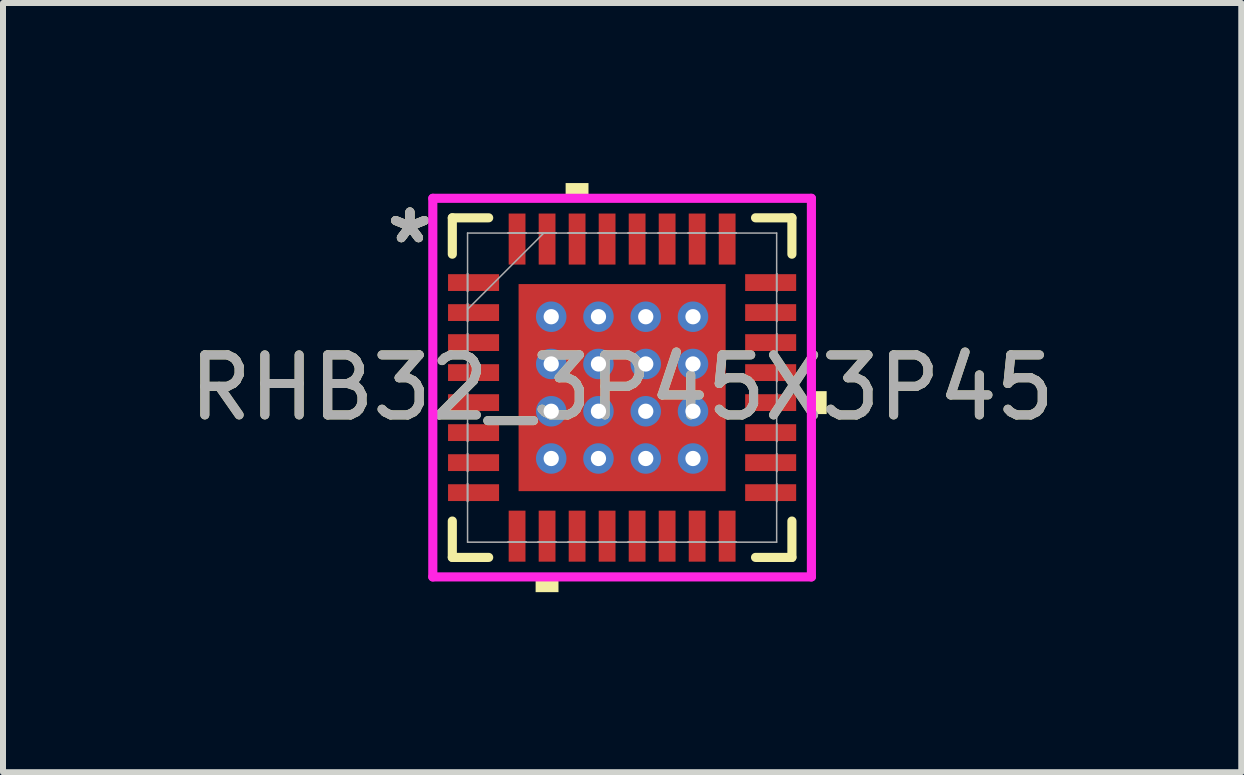
<source format=kicad_pcb>
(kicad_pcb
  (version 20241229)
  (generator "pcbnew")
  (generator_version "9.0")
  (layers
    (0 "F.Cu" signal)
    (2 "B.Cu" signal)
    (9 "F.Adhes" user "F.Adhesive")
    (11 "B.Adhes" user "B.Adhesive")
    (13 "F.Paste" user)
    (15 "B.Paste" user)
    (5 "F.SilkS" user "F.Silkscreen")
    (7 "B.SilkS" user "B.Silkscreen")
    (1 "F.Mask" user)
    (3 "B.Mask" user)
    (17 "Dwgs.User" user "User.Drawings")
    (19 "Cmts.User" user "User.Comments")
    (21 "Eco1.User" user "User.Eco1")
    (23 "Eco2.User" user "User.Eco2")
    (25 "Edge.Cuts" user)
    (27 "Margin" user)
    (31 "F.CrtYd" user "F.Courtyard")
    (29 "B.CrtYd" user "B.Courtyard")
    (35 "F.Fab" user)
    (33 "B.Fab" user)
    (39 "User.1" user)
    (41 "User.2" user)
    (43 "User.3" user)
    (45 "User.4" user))
  (footprint "RHB32_3P45X3P45"
    (layer "F.Cu")
    (at 7.315 3.408)
    (property "Reference" "RHB32_3P45X3P45" (at 0 0 0) (unlocked yes) (layer "F.SilkS") (effects (font (size 1 1) (thickness 0.15))))
    (attr smd)
    (fp_poly (pts (xy -2.97 -1.96) (xy -2.97 -1.54) (xy -1.98 -1.54) (xy -1.98 -1.96)) (stroke (width 0) (type solid)) (fill yes) (layer "F.Mask"))
    (fp_poly (pts (xy -2.97 -1.46) (xy -2.97 -1.04) (xy -1.98 -1.04) (xy -1.98 -1.46)) (stroke (width 0) (type solid)) (fill yes) (layer "F.Mask"))
    (fp_poly (pts (xy -2.97 -0.96) (xy -2.97 -0.54) (xy -1.98 -0.54) (xy -1.98 -0.96)) (stroke (width 0) (type solid)) (fill yes) (layer "F.Mask"))
    (fp_poly (pts (xy -2.97 -0.46) (xy -2.97 -0.04) (xy -1.98 -0.04) (xy -1.98 -0.46)) (stroke (width 0) (type solid)) (fill yes) (layer "F.Mask"))
    (fp_poly (pts (xy -2.97 0.04) (xy -2.97 0.46) (xy -1.98 0.46) (xy -1.98 0.04)) (stroke (width 0) (type solid)) (fill yes) (layer "F.Mask"))
    (fp_poly (pts (xy -2.97 0.54) (xy -2.97 0.96) (xy -1.98 0.96) (xy -1.98 0.54)) (stroke (width 0) (type solid)) (fill yes) (layer "F.Mask"))
    (fp_poly (pts (xy -2.97 1.04) (xy -2.97 1.46) (xy -1.98 1.46) (xy -1.98 1.04)) (stroke (width 0) (type solid)) (fill yes) (layer "F.Mask"))
    (fp_poly (pts (xy -2.97 1.54) (xy -2.97 1.96) (xy -1.98 1.96) (xy -1.98 1.54)) (stroke (width 0) (type solid)) (fill yes) (layer "F.Mask"))
    (fp_poly (pts (xy -1.96 -2.97) (xy -1.96 -1.98) (xy -1.541 -1.98) (xy -1.541 -2.97)) (stroke (width 0) (type solid)) (fill yes) (layer "F.Mask"))
    (fp_poly (pts (xy -1.96 1.98) (xy -1.96 2.97) (xy -1.541 2.97) (xy -1.541 1.98)) (stroke (width 0) (type solid)) (fill yes) (layer "F.Mask"))
    (fp_poly (pts (xy -1.788 -1.788) (xy -1.381 -1.788) (xy -1.381 1.788) (xy -1.788 1.788)) (stroke (width 0) (type solid)) (fill yes) (layer "F.Mask"))
    (fp_poly (pts (xy -1.788 -1.788) (xy 1.788 -1.788) (xy 1.788 -1.381) (xy -1.788 -1.381)) (stroke (width 0) (type solid)) (fill yes) (layer "F.Mask"))
    (fp_poly (pts (xy -1.788 -0.981) (xy 1.788 -0.981) (xy 1.788 -0.594) (xy -1.788 -0.594)) (stroke (width 0) (type solid)) (fill yes) (layer "F.Mask"))
    (fp_poly (pts (xy -1.788 -0.194) (xy 1.788 -0.194) (xy 1.788 0.194) (xy -1.788 0.194)) (stroke (width 0) (type solid)) (fill yes) (layer "F.Mask"))
    (fp_poly (pts (xy -1.788 0.594) (xy 1.788 0.594) (xy 1.788 0.981) (xy -1.788 0.981)) (stroke (width 0) (type solid)) (fill yes) (layer "F.Mask"))
    (fp_poly (pts (xy -1.788 1.381) (xy 1.788 1.381) (xy 1.788 1.788) (xy -1.788 1.788)) (stroke (width 0) (type solid)) (fill yes) (layer "F.Mask"))
    (fp_poly (pts (xy -1.46 -2.97) (xy -1.46 -1.98) (xy -1.041 -1.98) (xy -1.041 -2.97)) (stroke (width 0) (type solid)) (fill yes) (layer "F.Mask"))
    (fp_poly (pts (xy -1.46 1.98) (xy -1.46 2.97) (xy -1.041 2.97) (xy -1.041 1.98)) (stroke (width 0) (type solid)) (fill yes) (layer "F.Mask"))
    (fp_poly (pts (xy -0.96 -2.97) (xy -0.96 -1.98) (xy -0.541 -1.98) (xy -0.541 -2.97)) (stroke (width 0) (type solid)) (fill yes) (layer "F.Mask"))
    (fp_poly (pts (xy -0.96 1.98) (xy -0.96 2.97) (xy -0.541 2.97) (xy -0.541 1.98)) (stroke (width 0) (type solid)) (fill yes) (layer "F.Mask"))
    (fp_poly (pts (xy -0.594 -1.788) (xy -0.981 -1.788) (xy -0.981 1.788) (xy -0.594 1.788)) (stroke (width 0) (type solid)) (fill yes) (layer "F.Mask"))
    (fp_poly (pts (xy -0.46 -2.97) (xy -0.46 -1.98) (xy -0.04 -1.98) (xy -0.04 -2.97)) (stroke (width 0) (type solid)) (fill yes) (layer "F.Mask"))
    (fp_poly (pts (xy -0.46 1.98) (xy -0.46 2.97) (xy -0.04 2.97) (xy -0.04 1.98)) (stroke (width 0) (type solid)) (fill yes) (layer "F.Mask"))
    (fp_poly (pts (xy 0.04 -2.97) (xy 0.04 -1.98) (xy 0.46 -1.98) (xy 0.46 -2.97)) (stroke (width 0) (type solid)) (fill yes) (layer "F.Mask"))
    (fp_poly (pts (xy 0.04 1.98) (xy 0.04 2.97) (xy 0.46 2.97) (xy 0.46 1.98)) (stroke (width 0) (type solid)) (fill yes) (layer "F.Mask"))
    (fp_poly (pts (xy 0.194 -1.788) (xy -0.194 -1.788) (xy -0.194 1.788) (xy 0.194 1.788)) (stroke (width 0) (type solid)) (fill yes) (layer "F.Mask"))
    (fp_poly (pts (xy 0.541 -2.97) (xy 0.541 -1.98) (xy 0.96 -1.98) (xy 0.96 -2.97)) (stroke (width 0) (type solid)) (fill yes) (layer "F.Mask"))
    (fp_poly (pts (xy 0.541 1.98) (xy 0.541 2.97) (xy 0.96 2.97) (xy 0.96 1.98)) (stroke (width 0) (type solid)) (fill yes) (layer "F.Mask"))
    (fp_poly (pts (xy 0.981 -1.788) (xy 0.594 -1.788) (xy 0.594 1.788) (xy 0.981 1.788)) (stroke (width 0) (type solid)) (fill yes) (layer "F.Mask"))
    (fp_poly (pts (xy 1.041 -2.97) (xy 1.041 -1.98) (xy 1.46 -1.98) (xy 1.46 -2.97)) (stroke (width 0) (type solid)) (fill yes) (layer "F.Mask"))
    (fp_poly (pts (xy 1.041 1.98) (xy 1.041 2.97) (xy 1.46 2.97) (xy 1.46 1.98)) (stroke (width 0) (type solid)) (fill yes) (layer "F.Mask"))
    (fp_poly (pts (xy 1.381 -1.788) (xy 1.788 -1.788) (xy 1.788 1.788) (xy 1.381 1.788)) (stroke (width 0) (type solid)) (fill yes) (layer "F.Mask"))
    (fp_poly (pts (xy 1.541 -2.97) (xy 1.541 -1.98) (xy 1.96 -1.98) (xy 1.96 -2.97)) (stroke (width 0) (type solid)) (fill yes) (layer "F.Mask"))
    (fp_poly (pts (xy 1.541 1.98) (xy 1.541 2.97) (xy 1.96 2.97) (xy 1.96 1.98)) (stroke (width 0) (type solid)) (fill yes) (layer "F.Mask"))
    (fp_poly (pts (xy 1.98 -1.96) (xy 1.98 -1.54) (xy 2.97 -1.54) (xy 2.97 -1.96)) (stroke (width 0) (type solid)) (fill yes) (layer "F.Mask"))
    (fp_poly (pts (xy 1.98 -1.46) (xy 1.98 -1.04) (xy 2.97 -1.04) (xy 2.97 -1.46)) (stroke (width 0) (type solid)) (fill yes) (layer "F.Mask"))
    (fp_poly (pts (xy 1.98 -0.96) (xy 1.98 -0.54) (xy 2.97 -0.54) (xy 2.97 -0.96)) (stroke (width 0) (type solid)) (fill yes) (layer "F.Mask"))
    (fp_poly (pts (xy 1.98 -0.46) (xy 1.98 -0.04) (xy 2.97 -0.04) (xy 2.97 -0.46)) (stroke (width 0) (type solid)) (fill yes) (layer "F.Mask"))
    (fp_poly (pts (xy 1.98 0.04) (xy 1.98 0.46) (xy 2.97 0.46) (xy 2.97 0.04)) (stroke (width 0) (type solid)) (fill yes) (layer "F.Mask"))
    (fp_poly (pts (xy 1.98 0.54) (xy 1.98 0.96) (xy 2.97 0.96) (xy 2.97 0.54)) (stroke (width 0) (type solid)) (fill yes) (layer "F.Mask"))
    (fp_poly (pts (xy 1.98 1.04) (xy 1.98 1.46) (xy 2.97 1.46) (xy 2.97 1.04)) (stroke (width 0) (type solid)) (fill yes) (layer "F.Mask"))
    (fp_poly (pts (xy 1.98 1.54) (xy 1.98 1.96) (xy 2.97 1.96) (xy 2.97 1.54)) (stroke (width 0) (type solid)) (fill yes) (layer "F.Mask"))
    (fp_line (start -2.829 -2.829) (end -2.829 -2.223) (stroke (width 0.152) (type solid)) (layer "F.SilkS"))
    (fp_line (start -2.829 2.223) (end -2.829 2.829) (stroke (width 0.152) (type solid)) (layer "F.SilkS"))
    (fp_line (start -2.829 2.829) (end -2.223 2.829) (stroke (width 0.152) (type solid)) (layer "F.SilkS"))
    (fp_line (start -2.223 -2.829) (end -2.829 -2.829) (stroke (width 0.152) (type solid)) (layer "F.SilkS"))
    (fp_line (start 2.223 2.829) (end 2.829 2.829) (stroke (width 0.152) (type solid)) (layer "F.SilkS"))
    (fp_line (start 2.829 -2.829) (end 2.223 -2.829) (stroke (width 0.152) (type solid)) (layer "F.SilkS"))
    (fp_line (start 2.829 -2.223) (end 2.829 -2.829) (stroke (width 0.152) (type solid)) (layer "F.SilkS"))
    (fp_line (start 2.829 2.829) (end 2.829 2.223) (stroke (width 0.152) (type solid)) (layer "F.SilkS"))
    (fp_poly (pts (xy -1.441 3.154) (xy -1.441 3.408) (xy -1.06 3.408) (xy -1.06 3.154)) (stroke (width 0) (type solid)) (fill yes) (layer "F.SilkS"))
    (fp_poly (pts (xy -0.941 -3.154) (xy -0.941 -3.408) (xy -0.56 -3.408) (xy -0.56 -3.154)) (stroke (width 0) (type solid)) (fill yes) (layer "F.SilkS"))
    (fp_poly (pts (xy 3.408 0.059) (xy 3.408 0.441) (xy 3.154 0.441) (xy 3.154 0.059)) (stroke (width 0) (type solid)) (fill yes) (layer "F.SilkS"))
    (fp_poly (pts (xy -2.875 -1.865) (xy -2.875 -1.635) (xy -2.075 -1.635) (xy -2.075 -1.865)) (stroke (width 0) (type solid)) (fill yes) (layer "F.Paste"))
    (fp_poly (pts (xy -2.875 -1.365) (xy -2.875 -1.135) (xy -2.075 -1.135) (xy -2.075 -1.365)) (stroke (width 0) (type solid)) (fill yes) (layer "F.Paste"))
    (fp_poly (pts (xy -2.875 -0.865) (xy -2.875 -0.635) (xy -2.075 -0.635) (xy -2.075 -0.865)) (stroke (width 0) (type solid)) (fill yes) (layer "F.Paste"))
    (fp_poly (pts (xy -2.875 -0.365) (xy -2.875 -0.135) (xy -2.075 -0.135) (xy -2.075 -0.365)) (stroke (width 0) (type solid)) (fill yes) (layer "F.Paste"))
    (fp_poly (pts (xy -2.875 0.135) (xy -2.875 0.365) (xy -2.075 0.365) (xy -2.075 0.135)) (stroke (width 0) (type solid)) (fill yes) (layer "F.Paste"))
    (fp_poly (pts (xy -2.875 0.635) (xy -2.875 0.865) (xy -2.075 0.865) (xy -2.075 0.635)) (stroke (width 0) (type solid)) (fill yes) (layer "F.Paste"))
    (fp_poly (pts (xy -2.875 1.135) (xy -2.875 1.365) (xy -2.075 1.365) (xy -2.075 1.135)) (stroke (width 0) (type solid)) (fill yes) (layer "F.Paste"))
    (fp_poly (pts (xy -2.875 1.635) (xy -2.875 1.865) (xy -2.075 1.865) (xy -2.075 1.635)) (stroke (width 0) (type solid)) (fill yes) (layer "F.Paste"))
    (fp_poly (pts (xy -1.866 -2.875) (xy -1.866 -2.075) (xy -1.635 -2.075) (xy -1.635 -2.875)) (stroke (width 0) (type solid)) (fill yes) (layer "F.Paste"))
    (fp_poly (pts (xy -1.866 2.075) (xy -1.866 2.875) (xy -1.635 2.875) (xy -1.635 2.075)) (stroke (width 0) (type solid)) (fill yes) (layer "F.Paste"))
    (fp_poly (pts (xy -1.365 -2.875) (xy -1.365 -2.075) (xy -1.135 -2.075) (xy -1.135 -2.875)) (stroke (width 0) (type solid)) (fill yes) (layer "F.Paste"))
    (fp_poly (pts (xy -1.365 2.075) (xy -1.365 2.875) (xy -1.135 2.875) (xy -1.135 2.075)) (stroke (width 0) (type solid)) (fill yes) (layer "F.Paste"))
    (fp_poly (pts (xy -0.865 -2.875) (xy -0.865 -2.075) (xy -0.635 -2.075) (xy -0.635 -2.875)) (stroke (width 0) (type solid)) (fill yes) (layer "F.Paste"))
    (fp_poly (pts (xy -0.865 2.075) (xy -0.865 2.875) (xy -0.635 2.875) (xy -0.635 2.075)) (stroke (width 0) (type solid)) (fill yes) (layer "F.Paste"))
    (fp_poly (pts (xy -0.365 -2.875) (xy -0.365 -2.075) (xy -0.135 -2.075) (xy -0.135 -2.875)) (stroke (width 0) (type solid)) (fill yes) (layer "F.Paste"))
    (fp_poly (pts (xy -0.365 2.075) (xy -0.365 2.875) (xy -0.135 2.875) (xy -0.135 2.075)) (stroke (width 0) (type solid)) (fill yes) (layer "F.Paste"))
    (fp_poly (pts (xy 0.135 -2.875) (xy 0.135 -2.075) (xy 0.365 -2.075) (xy 0.365 -2.875)) (stroke (width 0) (type solid)) (fill yes) (layer "F.Paste"))
    (fp_poly (pts (xy 0.135 2.075) (xy 0.135 2.875) (xy 0.365 2.875) (xy 0.365 2.075)) (stroke (width 0) (type solid)) (fill yes) (layer "F.Paste"))
    (fp_poly (pts (xy 0.635 -2.875) (xy 0.635 -2.075) (xy 0.865 -2.075) (xy 0.865 -2.875)) (stroke (width 0) (type solid)) (fill yes) (layer "F.Paste"))
    (fp_poly (pts (xy 0.635 2.075) (xy 0.635 2.875) (xy 0.865 2.875) (xy 0.865 2.075)) (stroke (width 0) (type solid)) (fill yes) (layer "F.Paste"))
    (fp_poly (pts (xy 1.135 -2.875) (xy 1.135 -2.075) (xy 1.365 -2.075) (xy 1.365 -2.875)) (stroke (width 0) (type solid)) (fill yes) (layer "F.Paste"))
    (fp_poly (pts (xy 1.135 2.075) (xy 1.135 2.875) (xy 1.365 2.875) (xy 1.365 2.075)) (stroke (width 0) (type solid)) (fill yes) (layer "F.Paste"))
    (fp_poly (pts (xy 1.635 -2.875) (xy 1.635 -2.075) (xy 1.866 -2.075) (xy 1.866 -2.875)) (stroke (width 0) (type solid)) (fill yes) (layer "F.Paste"))
    (fp_poly (pts (xy 1.635 2.075) (xy 1.635 2.875) (xy 1.866 2.875) (xy 1.866 2.075)) (stroke (width 0) (type solid)) (fill yes) (layer "F.Paste"))
    (fp_poly (pts (xy 2.075 -1.865) (xy 2.075 -1.635) (xy 2.875 -1.635) (xy 2.875 -1.865)) (stroke (width 0) (type solid)) (fill yes) (layer "F.Paste"))
    (fp_poly (pts (xy 2.075 -1.365) (xy 2.075 -1.135) (xy 2.875 -1.135) (xy 2.875 -1.365)) (stroke (width 0) (type solid)) (fill yes) (layer "F.Paste"))
    (fp_poly (pts (xy 2.075 -0.865) (xy 2.075 -0.635) (xy 2.875 -0.635) (xy 2.875 -0.865)) (stroke (width 0) (type solid)) (fill yes) (layer "F.Paste"))
    (fp_poly (pts (xy 2.075 -0.365) (xy 2.075 -0.135) (xy 2.875 -0.135) (xy 2.875 -0.365)) (stroke (width 0) (type solid)) (fill yes) (layer "F.Paste"))
    (fp_poly (pts (xy 2.075 0.135) (xy 2.075 0.365) (xy 2.875 0.365) (xy 2.875 0.135)) (stroke (width 0) (type solid)) (fill yes) (layer "F.Paste"))
    (fp_poly (pts (xy 2.075 0.635) (xy 2.075 0.865) (xy 2.875 0.865) (xy 2.875 0.635)) (stroke (width 0) (type solid)) (fill yes) (layer "F.Paste"))
    (fp_poly (pts (xy 2.075 1.135) (xy 2.075 1.365) (xy 2.875 1.365) (xy 2.875 1.135)) (stroke (width 0) (type solid)) (fill yes) (layer "F.Paste"))
    (fp_poly (pts (xy 2.075 1.635) (xy 2.075 1.865) (xy 2.875 1.865) (xy 2.875 1.635)) (stroke (width 0) (type solid)) (fill yes) (layer "F.Paste"))
    (fp_poly (pts (xy -1.65 -1.65) (xy -1.65 -1.281) (xy -1.423 -1.281) (xy -1.281 -1.423) (xy -1.281 -1.65)) (stroke (width 0) (type solid)) (fill yes) (layer "F.Paste"))
    (fp_poly (pts (xy -1.65 1.281) (xy -1.65 1.65) (xy -1.281 1.65) (xy -1.281 1.423) (xy -1.423 1.281)) (stroke (width 0) (type solid)) (fill yes) (layer "F.Paste"))
    (fp_poly (pts (xy 1.281 -1.65) (xy 1.281 -1.423) (xy 1.423 -1.281) (xy 1.65 -1.281) (xy 1.65 -1.65)) (stroke (width 0) (type solid)) (fill yes) (layer "F.Paste"))
    (fp_poly (pts (xy 1.423 1.281) (xy 1.281 1.423) (xy 1.281 1.65) (xy 1.65 1.65) (xy 1.65 1.281)) (stroke (width 0) (type solid)) (fill yes) (layer "F.Paste"))
    (fp_poly (pts (xy -1.65 -1.081) (xy -1.65 -0.494) (xy -1.423 -0.494) (xy -1.281 -0.635) (xy -1.281 -0.94) (xy -1.423 -1.081)) (stroke (width 0) (type solid)) (fill yes) (layer "F.Paste"))
    (fp_poly (pts (xy -1.65 -0.294) (xy -1.65 0.294) (xy -1.423 0.294) (xy -1.281 0.152) (xy -1.281 -0.152) (xy -1.423 -0.294)) (stroke (width 0) (type solid)) (fill yes) (layer "F.Paste"))
    (fp_poly (pts (xy -1.65 0.494) (xy -1.65 1.081) (xy -1.423 1.081) (xy -1.281 0.94) (xy -1.281 0.635) (xy -1.423 0.494)) (stroke (width 0) (type solid)) (fill yes) (layer "F.Paste"))
    (fp_poly (pts (xy -1.081 -1.65) (xy -1.081 -1.423) (xy -0.94 -1.281) (xy -0.635 -1.281) (xy -0.494 -1.423) (xy -0.494 -1.65)) (stroke (width 0) (type solid)) (fill yes) (layer "F.Paste"))
    (fp_poly (pts (xy -0.94 1.281) (xy -1.081 1.423) (xy -1.081 1.65) (xy -0.494 1.65) (xy -0.494 1.423) (xy -0.635 1.281)) (stroke (width 0) (type solid)) (fill yes) (layer "F.Paste"))
    (fp_poly (pts (xy -0.294 -1.65) (xy -0.294 -1.423) (xy -0.152 -1.281) (xy 0.152 -1.281) (xy 0.294 -1.423) (xy 0.294 -1.65)) (stroke (width 0) (type solid)) (fill yes) (layer "F.Paste"))
    (fp_poly (pts (xy -0.152 1.281) (xy -0.294 1.423) (xy -0.294 1.65) (xy 0.294 1.65) (xy 0.294 1.423) (xy 0.152 1.281)) (stroke (width 0) (type solid)) (fill yes) (layer "F.Paste"))
    (fp_poly (pts (xy 0.494 -1.65) (xy 0.494 -1.423) (xy 0.635 -1.281) (xy 0.94 -1.281) (xy 1.081 -1.423) (xy 1.081 -1.65)) (stroke (width 0) (type solid)) (fill yes) (layer "F.Paste"))
    (fp_poly (pts (xy 0.635 1.281) (xy 0.494 1.423) (xy 0.494 1.65) (xy 1.081 1.65) (xy 1.081 1.423) (xy 0.94 1.281)) (stroke (width 0) (type solid)) (fill yes) (layer "F.Paste"))
    (fp_poly (pts (xy 1.423 -1.081) (xy 1.281 -0.94) (xy 1.281 -0.635) (xy 1.423 -0.494) (xy 1.65 -0.494) (xy 1.65 -1.081)) (stroke (width 0) (type solid)) (fill yes) (layer "F.Paste"))
    (fp_poly (pts (xy 1.423 -0.294) (xy 1.281 -0.152) (xy 1.281 0.152) (xy 1.423 0.294) (xy 1.65 0.294) (xy 1.65 -0.294)) (stroke (width 0) (type solid)) (fill yes) (layer "F.Paste"))
    (fp_poly (pts (xy 1.423 0.494) (xy 1.281 0.635) (xy 1.281 0.94) (xy 1.423 1.081) (xy 1.65 1.081) (xy 1.65 0.494)) (stroke (width 0) (type solid)) (fill yes) (layer "F.Paste"))
    (fp_poly (pts (xy -0.94 -1.081) (xy -1.081 -0.94) (xy -1.081 -0.635) (xy -0.94 -0.494) (xy -0.635 -0.494) (xy -0.494 -0.635) (xy -0.494 -0.94) (xy -0.635 -1.081)) (stroke (width 0) (type solid)) (fill yes) (layer "F.Paste"))
    (fp_poly (pts (xy -0.94 -0.294) (xy -1.081 -0.152) (xy -1.081 0.152) (xy -0.94 0.294) (xy -0.635 0.294) (xy -0.494 0.152) (xy -0.494 -0.152) (xy -0.635 -0.294)) (stroke (width 0) (type solid)) (fill yes) (layer "F.Paste"))
    (fp_poly (pts (xy -0.94 0.494) (xy -1.081 0.635) (xy -1.081 0.94) (xy -0.94 1.081) (xy -0.635 1.081) (xy -0.494 0.94) (xy -0.494 0.635) (xy -0.635 0.494)) (stroke (width 0) (type solid)) (fill yes) (layer "F.Paste"))
    (fp_poly (pts (xy -0.152 -1.081) (xy -0.294 -0.94) (xy -0.294 -0.635) (xy -0.152 -0.494) (xy 0.152 -0.494) (xy 0.294 -0.635) (xy 0.294 -0.94) (xy 0.152 -1.081)) (stroke (width 0) (type solid)) (fill yes) (layer "F.Paste"))
    (fp_poly (pts (xy -0.152 -0.294) (xy -0.294 -0.152) (xy -0.294 0.152) (xy -0.152 0.294) (xy 0.152 0.294) (xy 0.294 0.152) (xy 0.294 -0.152) (xy 0.152 -0.294)) (stroke (width 0) (type solid)) (fill yes) (layer "F.Paste"))
    (fp_poly (pts (xy -0.152 0.494) (xy -0.294 0.635) (xy -0.294 0.94) (xy -0.152 1.081) (xy 0.152 1.081) (xy 0.294 0.94) (xy 0.294 0.635) (xy 0.152 0.494)) (stroke (width 0) (type solid)) (fill yes) (layer "F.Paste"))
    (fp_poly (pts (xy 0.635 -1.081) (xy 0.494 -0.94) (xy 0.494 -0.635) (xy 0.635 -0.494) (xy 0.94 -0.494) (xy 1.081 -0.635) (xy 1.081 -0.94) (xy 0.94 -1.081)) (stroke (width 0) (type solid)) (fill yes) (layer "F.Paste"))
    (fp_poly (pts (xy 0.635 -0.294) (xy 0.494 -0.152) (xy 0.494 0.152) (xy 0.635 0.294) (xy 0.94 0.294) (xy 1.081 0.152) (xy 1.081 -0.152) (xy 0.94 -0.294)) (stroke (width 0) (type solid)) (fill yes) (layer "F.Paste"))
    (fp_poly (pts (xy 0.635 0.494) (xy 0.494 0.635) (xy 0.494 0.94) (xy 0.635 1.081) (xy 0.94 1.081) (xy 1.081 0.94) (xy 1.081 0.635) (xy 0.94 0.494)) (stroke (width 0) (type solid)) (fill yes) (layer "F.Paste"))
    (fp_line (start -3.154 -3.154) (end 3.154 -3.154) (stroke (width 0.152) (type solid)) (layer "F.CrtYd"))
    (fp_line (start -3.154 3.154) (end -3.154 -3.154) (stroke (width 0.152) (type solid)) (layer "F.CrtYd"))
    (fp_line (start 3.154 -3.154) (end 3.154 3.154) (stroke (width 0.152) (type solid)) (layer "F.CrtYd"))
    (fp_line (start 3.154 3.154) (end -3.154 3.154) (stroke (width 0.152) (type solid)) (layer "F.CrtYd"))
    (fp_line (start -2.575 -2.575) (end -2.575 2.575) (stroke (width 0.025) (type solid)) (layer "F.Fab"))
    (fp_line (start -2.575 -1.9) (end -2.575 -1.9) (stroke (width 0.025) (type solid)) (layer "F.Fab"))
    (fp_line (start -2.575 -1.9) (end -2.575 -1.6) (stroke (width 0.025) (type solid)) (layer "F.Fab"))
    (fp_line (start -2.575 -1.6) (end -2.575 -1.9) (stroke (width 0.025) (type solid)) (layer "F.Fab"))
    (fp_line (start -2.575 -1.6) (end -2.575 -1.6) (stroke (width 0.025) (type solid)) (layer "F.Fab"))
    (fp_line (start -2.575 -1.4) (end -2.575 -1.4) (stroke (width 0.025) (type solid)) (layer "F.Fab"))
    (fp_line (start -2.575 -1.4) (end -2.575 -1.1) (stroke (width 0.025) (type solid)) (layer "F.Fab"))
    (fp_line (start -2.575 -1.305) (end -1.305 -2.575) (stroke (width 0.025) (type solid)) (layer "F.Fab"))
    (fp_line (start -2.575 -1.1) (end -2.575 -1.4) (stroke (width 0.025) (type solid)) (layer "F.Fab"))
    (fp_line (start -2.575 -1.1) (end -2.575 -1.1) (stroke (width 0.025) (type solid)) (layer "F.Fab"))
    (fp_line (start -2.575 -0.9) (end -2.575 -0.9) (stroke (width 0.025) (type solid)) (layer "F.Fab"))
    (fp_line (start -2.575 -0.9) (end -2.575 -0.6) (stroke (width 0.025) (type solid)) (layer "F.Fab"))
    (fp_line (start -2.575 -0.6) (end -2.575 -0.9) (stroke (width 0.025) (type solid)) (layer "F.Fab"))
    (fp_line (start -2.575 -0.6) (end -2.575 -0.6) (stroke (width 0.025) (type solid)) (layer "F.Fab"))
    (fp_line (start -2.575 -0.4) (end -2.575 -0.4) (stroke (width 0.025) (type solid)) (layer "F.Fab"))
    (fp_line (start -2.575 -0.4) (end -2.575 -0.1) (stroke (width 0.025) (type solid)) (layer "F.Fab"))
    (fp_line (start -2.575 -0.1) (end -2.575 -0.4) (stroke (width 0.025) (type solid)) (layer "F.Fab"))
    (fp_line (start -2.575 -0.1) (end -2.575 -0.1) (stroke (width 0.025) (type solid)) (layer "F.Fab"))
    (fp_line (start -2.575 0.1) (end -2.575 0.1) (stroke (width 0.025) (type solid)) (layer "F.Fab"))
    (fp_line (start -2.575 0.1) (end -2.575 0.4) (stroke (width 0.025) (type solid)) (layer "F.Fab"))
    (fp_line (start -2.575 0.4) (end -2.575 0.1) (stroke (width 0.025) (type solid)) (layer "F.Fab"))
    (fp_line (start -2.575 0.4) (end -2.575 0.4) (stroke (width 0.025) (type solid)) (layer "F.Fab"))
    (fp_line (start -2.575 0.6) (end -2.575 0.6) (stroke (width 0.025) (type solid)) (layer "F.Fab"))
    (fp_line (start -2.575 0.6) (end -2.575 0.9) (stroke (width 0.025) (type solid)) (layer "F.Fab"))
    (fp_line (start -2.575 0.9) (end -2.575 0.6) (stroke (width 0.025) (type solid)) (layer "F.Fab"))
    (fp_line (start -2.575 0.9) (end -2.575 0.9) (stroke (width 0.025) (type solid)) (layer "F.Fab"))
    (fp_line (start -2.575 1.1) (end -2.575 1.1) (stroke (width 0.025) (type solid)) (layer "F.Fab"))
    (fp_line (start -2.575 1.1) (end -2.575 1.4) (stroke (width 0.025) (type solid)) (layer "F.Fab"))
    (fp_line (start -2.575 1.4) (end -2.575 1.1) (stroke (width 0.025) (type solid)) (layer "F.Fab"))
    (fp_line (start -2.575 1.4) (end -2.575 1.4) (stroke (width 0.025) (type solid)) (layer "F.Fab"))
    (fp_line (start -2.575 1.6) (end -2.575 1.6) (stroke (width 0.025) (type solid)) (layer "F.Fab"))
    (fp_line (start -2.575 1.6) (end -2.575 1.9) (stroke (width 0.025) (type solid)) (layer "F.Fab"))
    (fp_line (start -2.575 1.9) (end -2.575 1.6) (stroke (width 0.025) (type solid)) (layer "F.Fab"))
    (fp_line (start -2.575 1.9) (end -2.575 1.9) (stroke (width 0.025) (type solid)) (layer "F.Fab"))
    (fp_line (start -2.575 2.575) (end 2.575 2.575) (stroke (width 0.025) (type solid)) (layer "F.Fab"))
    (fp_line (start -1.9 -2.575) (end -1.9 -2.575) (stroke (width 0.025) (type solid)) (layer "F.Fab"))
    (fp_line (start -1.9 -2.575) (end -1.6 -2.575) (stroke (width 0.025) (type solid)) (layer "F.Fab"))
    (fp_line (start -1.9 2.575) (end -1.9 2.575) (stroke (width 0.025) (type solid)) (layer "F.Fab"))
    (fp_line (start -1.9 2.575) (end -1.6 2.575) (stroke (width 0.025) (type solid)) (layer "F.Fab"))
    (fp_line (start -1.6 -2.575) (end -1.9 -2.575) (stroke (width 0.025) (type solid)) (layer "F.Fab"))
    (fp_line (start -1.6 -2.575) (end -1.6 -2.575) (stroke (width 0.025) (type solid)) (layer "F.Fab"))
    (fp_line (start -1.6 2.575) (end -1.9 2.575) (stroke (width 0.025) (type solid)) (layer "F.Fab"))
    (fp_line (start -1.6 2.575) (end -1.6 2.575) (stroke (width 0.025) (type solid)) (layer "F.Fab"))
    (fp_line (start -1.4 -2.575) (end -1.4 -2.575) (stroke (width 0.025) (type solid)) (layer "F.Fab"))
    (fp_line (start -1.4 -2.575) (end -1.1 -2.575) (stroke (width 0.025) (type solid)) (layer "F.Fab"))
    (fp_line (start -1.4 2.575) (end -1.4 2.575) (stroke (width 0.025) (type solid)) (layer "F.Fab"))
    (fp_line (start -1.4 2.575) (end -1.1 2.575) (stroke (width 0.025) (type solid)) (layer "F.Fab"))
    (fp_line (start -1.1 -2.575) (end -1.4 -2.575) (stroke (width 0.025) (type solid)) (layer "F.Fab"))
    (fp_line (start -1.1 -2.575) (end -1.1 -2.575) (stroke (width 0.025) (type solid)) (layer "F.Fab"))
    (fp_line (start -1.1 2.575) (end -1.4 2.575) (stroke (width 0.025) (type solid)) (layer "F.Fab"))
    (fp_line (start -1.1 2.575) (end -1.1 2.575) (stroke (width 0.025) (type solid)) (layer "F.Fab"))
    (fp_line (start -0.9 -2.575) (end -0.9 -2.575) (stroke (width 0.025) (type solid)) (layer "F.Fab"))
    (fp_line (start -0.9 -2.575) (end -0.6 -2.575) (stroke (width 0.025) (type solid)) (layer "F.Fab"))
    (fp_line (start -0.9 2.575) (end -0.9 2.575) (stroke (width 0.025) (type solid)) (layer "F.Fab"))
    (fp_line (start -0.9 2.575) (end -0.6 2.575) (stroke (width 0.025) (type solid)) (layer "F.Fab"))
    (fp_line (start -0.6 -2.575) (end -0.9 -2.575) (stroke (width 0.025) (type solid)) (layer "F.Fab"))
    (fp_line (start -0.6 -2.575) (end -0.6 -2.575) (stroke (width 0.025) (type solid)) (layer "F.Fab"))
    (fp_line (start -0.6 2.575) (end -0.9 2.575) (stroke (width 0.025) (type solid)) (layer "F.Fab"))
    (fp_line (start -0.6 2.575) (end -0.6 2.575) (stroke (width 0.025) (type solid)) (layer "F.Fab"))
    (fp_line (start -0.4 -2.575) (end -0.4 -2.575) (stroke (width 0.025) (type solid)) (layer "F.Fab"))
    (fp_line (start -0.4 -2.575) (end -0.1 -2.575) (stroke (width 0.025) (type solid)) (layer "F.Fab"))
    (fp_line (start -0.4 2.575) (end -0.4 2.575) (stroke (width 0.025) (type solid)) (layer "F.Fab"))
    (fp_line (start -0.4 2.575) (end -0.1 2.575) (stroke (width 0.025) (type solid)) (layer "F.Fab"))
    (fp_line (start -0.1 -2.575) (end -0.4 -2.575) (stroke (width 0.025) (type solid)) (layer "F.Fab"))
    (fp_line (start -0.1 -2.575) (end -0.1 -2.575) (stroke (width 0.025) (type solid)) (layer "F.Fab"))
    (fp_line (start -0.1 2.575) (end -0.4 2.575) (stroke (width 0.025) (type solid)) (layer "F.Fab"))
    (fp_line (start -0.1 2.575) (end -0.1 2.575) (stroke (width 0.025) (type solid)) (layer "F.Fab"))
    (fp_line (start 0.1 -2.575) (end 0.1 -2.575) (stroke (width 0.025) (type solid)) (layer "F.Fab"))
    (fp_line (start 0.1 -2.575) (end 0.4 -2.575) (stroke (width 0.025) (type solid)) (layer "F.Fab"))
    (fp_line (start 0.1 2.575) (end 0.1 2.575) (stroke (width 0.025) (type solid)) (layer "F.Fab"))
    (fp_line (start 0.1 2.575) (end 0.4 2.575) (stroke (width 0.025) (type solid)) (layer "F.Fab"))
    (fp_line (start 0.4 -2.575) (end 0.1 -2.575) (stroke (width 0.025) (type solid)) (layer "F.Fab"))
    (fp_line (start 0.4 -2.575) (end 0.4 -2.575) (stroke (width 0.025) (type solid)) (layer "F.Fab"))
    (fp_line (start 0.4 2.575) (end 0.1 2.575) (stroke (width 0.025) (type solid)) (layer "F.Fab"))
    (fp_line (start 0.4 2.575) (end 0.4 2.575) (stroke (width 0.025) (type solid)) (layer "F.Fab"))
    (fp_line (start 0.6 -2.575) (end 0.6 -2.575) (stroke (width 0.025) (type solid)) (layer "F.Fab"))
    (fp_line (start 0.6 -2.575) (end 0.9 -2.575) (stroke (width 0.025) (type solid)) (layer "F.Fab"))
    (fp_line (start 0.6 2.575) (end 0.6 2.575) (stroke (width 0.025) (type solid)) (layer "F.Fab"))
    (fp_line (start 0.6 2.575) (end 0.9 2.575) (stroke (width 0.025) (type solid)) (layer "F.Fab"))
    (fp_line (start 0.9 -2.575) (end 0.6 -2.575) (stroke (width 0.025) (type solid)) (layer "F.Fab"))
    (fp_line (start 0.9 -2.575) (end 0.9 -2.575) (stroke (width 0.025) (type solid)) (layer "F.Fab"))
    (fp_line (start 0.9 2.575) (end 0.6 2.575) (stroke (width 0.025) (type solid)) (layer "F.Fab"))
    (fp_line (start 0.9 2.575) (end 0.9 2.575) (stroke (width 0.025) (type solid)) (layer "F.Fab"))
    (fp_line (start 1.1 -2.575) (end 1.1 -2.575) (stroke (width 0.025) (type solid)) (layer "F.Fab"))
    (fp_line (start 1.1 -2.575) (end 1.4 -2.575) (stroke (width 0.025) (type solid)) (layer "F.Fab"))
    (fp_line (start 1.1 2.575) (end 1.1 2.575) (stroke (width 0.025) (type solid)) (layer "F.Fab"))
    (fp_line (start 1.1 2.575) (end 1.4 2.575) (stroke (width 0.025) (type solid)) (layer "F.Fab"))
    (fp_line (start 1.4 -2.575) (end 1.1 -2.575) (stroke (width 0.025) (type solid)) (layer "F.Fab"))
    (fp_line (start 1.4 -2.575) (end 1.4 -2.575) (stroke (width 0.025) (type solid)) (layer "F.Fab"))
    (fp_line (start 1.4 2.575) (end 1.1 2.575) (stroke (width 0.025) (type solid)) (layer "F.Fab"))
    (fp_line (start 1.4 2.575) (end 1.4 2.575) (stroke (width 0.025) (type solid)) (layer "F.Fab"))
    (fp_line (start 1.6 -2.575) (end 1.6 -2.575) (stroke (width 0.025) (type solid)) (layer "F.Fab"))
    (fp_line (start 1.6 -2.575) (end 1.9 -2.575) (stroke (width 0.025) (type solid)) (layer "F.Fab"))
    (fp_line (start 1.6 2.575) (end 1.6 2.575) (stroke (width 0.025) (type solid)) (layer "F.Fab"))
    (fp_line (start 1.6 2.575) (end 1.9 2.575) (stroke (width 0.025) (type solid)) (layer "F.Fab"))
    (fp_line (start 1.9 -2.575) (end 1.6 -2.575) (stroke (width 0.025) (type solid)) (layer "F.Fab"))
    (fp_line (start 1.9 -2.575) (end 1.9 -2.575) (stroke (width 0.025) (type solid)) (layer "F.Fab"))
    (fp_line (start 1.9 2.575) (end 1.6 2.575) (stroke (width 0.025) (type solid)) (layer "F.Fab"))
    (fp_line (start 1.9 2.575) (end 1.9 2.575) (stroke (width 0.025) (type solid)) (layer "F.Fab"))
    (fp_line (start 2.575 -2.575) (end -2.575 -2.575) (stroke (width 0.025) (type solid)) (layer "F.Fab"))
    (fp_line (start 2.575 -1.9) (end 2.575 -1.9) (stroke (width 0.025) (type solid)) (layer "F.Fab"))
    (fp_line (start 2.575 -1.9) (end 2.575 -1.6) (stroke (width 0.025) (type solid)) (layer "F.Fab"))
    (fp_line (start 2.575 -1.6) (end 2.575 -1.9) (stroke (width 0.025) (type solid)) (layer "F.Fab"))
    (fp_line (start 2.575 -1.6) (end 2.575 -1.6) (stroke (width 0.025) (type solid)) (layer "F.Fab"))
    (fp_line (start 2.575 -1.4) (end 2.575 -1.4) (stroke (width 0.025) (type solid)) (layer "F.Fab"))
    (fp_line (start 2.575 -1.4) (end 2.575 -1.1) (stroke (width 0.025) (type solid)) (layer "F.Fab"))
    (fp_line (start 2.575 -1.1) (end 2.575 -1.4) (stroke (width 0.025) (type solid)) (layer "F.Fab"))
    (fp_line (start 2.575 -1.1) (end 2.575 -1.1) (stroke (width 0.025) (type solid)) (layer "F.Fab"))
    (fp_line (start 2.575 -0.9) (end 2.575 -0.9) (stroke (width 0.025) (type solid)) (layer "F.Fab"))
    (fp_line (start 2.575 -0.9) (end 2.575 -0.6) (stroke (width 0.025) (type solid)) (layer "F.Fab"))
    (fp_line (start 2.575 -0.6) (end 2.575 -0.9) (stroke (width 0.025) (type solid)) (layer "F.Fab"))
    (fp_line (start 2.575 -0.6) (end 2.575 -0.6) (stroke (width 0.025) (type solid)) (layer "F.Fab"))
    (fp_line (start 2.575 -0.4) (end 2.575 -0.4) (stroke (width 0.025) (type solid)) (layer "F.Fab"))
    (fp_line (start 2.575 -0.4) (end 2.575 -0.1) (stroke (width 0.025) (type solid)) (layer "F.Fab"))
    (fp_line (start 2.575 -0.1) (end 2.575 -0.4) (stroke (width 0.025) (type solid)) (layer "F.Fab"))
    (fp_line (start 2.575 -0.1) (end 2.575 -0.1) (stroke (width 0.025) (type solid)) (layer "F.Fab"))
    (fp_line (start 2.575 0.1) (end 2.575 0.1) (stroke (width 0.025) (type solid)) (layer "F.Fab"))
    (fp_line (start 2.575 0.1) (end 2.575 0.4) (stroke (width 0.025) (type solid)) (layer "F.Fab"))
    (fp_line (start 2.575 0.4) (end 2.575 0.1) (stroke (width 0.025) (type solid)) (layer "F.Fab"))
    (fp_line (start 2.575 0.4) (end 2.575 0.4) (stroke (width 0.025) (type solid)) (layer "F.Fab"))
    (fp_line (start 2.575 0.6) (end 2.575 0.6) (stroke (width 0.025) (type solid)) (layer "F.Fab"))
    (fp_line (start 2.575 0.6) (end 2.575 0.9) (stroke (width 0.025) (type solid)) (layer "F.Fab"))
    (fp_line (start 2.575 0.9) (end 2.575 0.6) (stroke (width 0.025) (type solid)) (layer "F.Fab"))
    (fp_line (start 2.575 0.9) (end 2.575 0.9) (stroke (width 0.025) (type solid)) (layer "F.Fab"))
    (fp_line (start 2.575 1.1) (end 2.575 1.1) (stroke (width 0.025) (type solid)) (layer "F.Fab"))
    (fp_line (start 2.575 1.1) (end 2.575 1.4) (stroke (width 0.025) (type solid)) (layer "F.Fab"))
    (fp_line (start 2.575 1.4) (end 2.575 1.1) (stroke (width 0.025) (type solid)) (layer "F.Fab"))
    (fp_line (start 2.575 1.4) (end 2.575 1.4) (stroke (width 0.025) (type solid)) (layer "F.Fab"))
    (fp_line (start 2.575 1.6) (end 2.575 1.6) (stroke (width 0.025) (type solid)) (layer "F.Fab"))
    (fp_line (start 2.575 1.6) (end 2.575 1.9) (stroke (width 0.025) (type solid)) (layer "F.Fab"))
    (fp_line (start 2.575 1.9) (end 2.575 1.6) (stroke (width 0.025) (type solid)) (layer "F.Fab"))
    (fp_line (start 2.575 1.9) (end 2.575 1.9) (stroke (width 0.025) (type solid)) (layer "F.Fab"))
    (fp_line (start 2.575 2.575) (end 2.575 -2.575) (stroke (width 0.025) (type solid)) (layer "F.Fab"))
    (fp_text user "*" (at -3.535 -2.381 0) (layer "F.SilkS") (effects (font (size 1 1) (thickness 0.15))))
    (fp_text user "*" (at -3.535 -2.381 0) (unlocked yes) (layer "F.SilkS") (effects (font (size 1 1) (thickness 0.15))))
    (fp_text user "${REFERENCE}" (at 0 0 0) (unlocked yes) (layer "F.Fab") (effects (font (size 1 1) (thickness 0.15))))
    (fp_text user "*" (at -3.535 -2.381 0) (unlocked yes) (layer "F.Fab") (effects (font (size 1 1) (thickness 0.15))))
    (fp_text user "*" (at -3.535 -2.381 0) (layer "F.Fab") (effects (font (size 1 1) (thickness 0.15))))
    (pad "1" smd rect (at -2.475 -1.75 90) (size 0.28 0.85) (layers "F.Cu" "F.Mask"))
    (pad "2" smd rect (at -2.475 -1.25 90) (size 0.28 0.85) (layers "F.Cu" "F.Mask"))
    (pad "3" smd rect (at -2.475 -0.75 90) (size 0.28 0.85) (layers "F.Cu" "F.Mask"))
    (pad "4" smd rect (at -2.475 -0.25 90) (size 0.28 0.85) (layers "F.Cu" "F.Mask"))
    (pad "5" smd rect (at -2.475 0.25 90) (size 0.28 0.85) (layers "F.Cu" "F.Mask"))
    (pad "6" smd rect (at -2.475 0.75 90) (size 0.28 0.85) (layers "F.Cu" "F.Mask"))
    (pad "7" smd rect (at -2.475 1.25 90) (size 0.28 0.85) (layers "F.Cu" "F.Mask"))
    (pad "8" smd rect (at -2.475 1.75 90) (size 0.28 0.85) (layers "F.Cu" "F.Mask"))
    (pad "9" smd rect (at -1.75 2.475) (size 0.28 0.85) (layers "F.Cu" "F.Mask"))
    (pad "10" smd rect (at -1.25 2.475) (size 0.28 0.85) (layers "F.Cu" "F.Mask"))
    (pad "11" smd rect (at -0.75 2.475) (size 0.28 0.85) (layers "F.Cu" "F.Mask"))
    (pad "12" smd rect (at -0.25 2.475) (size 0.28 0.85) (layers "F.Cu" "F.Mask"))
    (pad "13" smd rect (at 0.25 2.475) (size 0.28 0.85) (layers "F.Cu" "F.Mask"))
    (pad "14" smd rect (at 0.75 2.475) (size 0.28 0.85) (layers "F.Cu" "F.Mask"))
    (pad "15" smd rect (at 1.25 2.475) (size 0.28 0.85) (layers "F.Cu" "F.Mask"))
    (pad "16" smd rect (at 1.75 2.475) (size 0.28 0.85) (layers "F.Cu" "F.Mask"))
    (pad "17" smd rect (at 2.475 1.75 90) (size 0.28 0.85) (layers "F.Cu" "F.Mask"))
    (pad "18" smd rect (at 2.475 1.25 90) (size 0.28 0.85) (layers "F.Cu" "F.Mask"))
    (pad "19" smd rect (at 2.475 0.75 90) (size 0.28 0.85) (layers "F.Cu" "F.Mask"))
    (pad "20" smd rect (at 2.475 0.25 90) (size 0.28 0.85) (layers "F.Cu" "F.Mask"))
    (pad "21" smd rect (at 2.475 -0.25 90) (size 0.28 0.85) (layers "F.Cu" "F.Mask"))
    (pad "22" smd rect (at 2.475 -0.75 90) (size 0.28 0.85) (layers "F.Cu" "F.Mask"))
    (pad "23" smd rect (at 2.475 -1.25 90) (size 0.28 0.85) (layers "F.Cu" "F.Mask"))
    (pad "24" smd rect (at 2.475 -1.75 90) (size 0.28 0.85) (layers "F.Cu" "F.Mask"))
    (pad "25" smd rect (at 1.75 -2.475) (size 0.28 0.85) (layers "F.Cu" "F.Mask"))
    (pad "26" smd rect (at 1.25 -2.475) (size 0.28 0.85) (layers "F.Cu" "F.Mask"))
    (pad "27" smd rect (at 0.75 -2.475) (size 0.28 0.85) (layers "F.Cu" "F.Mask"))
    (pad "28" smd rect (at 0.25 -2.475) (size 0.28 0.85) (layers "F.Cu" "F.Mask"))
    (pad "29" smd rect (at -0.25 -2.475) (size 0.28 0.85) (layers "F.Cu" "F.Mask"))
    (pad "30" smd rect (at -0.75 -2.475) (size 0.28 0.85) (layers "F.Cu" "F.Mask"))
    (pad "31" smd rect (at -1.25 -2.475) (size 0.28 0.85) (layers "F.Cu" "F.Mask"))
    (pad "32" smd rect (at -1.75 -2.475) (size 0.28 0.85) (layers "F.Cu" "F.Mask"))
    (pad "33" smd rect (at 0 0) (size 3.45 3.45) (layers "F.Cu"))
    (pad "V" thru_hole circle (at -1.181 -1.181) (size 0.508 0.508) (drill 0.254) (layers "*.Cu" "*.Mask"))
    (pad "V" thru_hole circle (at -1.181 -0.394) (size 0.508 0.508) (drill 0.254) (layers "*.Cu" "*.Mask"))
    (pad "V" thru_hole circle (at -1.181 0.394) (size 0.508 0.508) (drill 0.254) (layers "*.Cu" "*.Mask"))
    (pad "V" thru_hole circle (at -1.181 1.181) (size 0.508 0.508) (drill 0.254) (layers "*.Cu" "*.Mask"))
    (pad "V" thru_hole circle (at -0.394 -1.181) (size 0.508 0.508) (drill 0.254) (layers "*.Cu" "*.Mask"))
    (pad "V" thru_hole circle (at -0.394 -0.394) (size 0.508 0.508) (drill 0.254) (layers "*.Cu" "*.Mask"))
    (pad "V" thru_hole circle (at -0.394 0.394) (size 0.508 0.508) (drill 0.254) (layers "*.Cu" "*.Mask"))
    (pad "V" thru_hole circle (at -0.394 1.181) (size 0.508 0.508) (drill 0.254) (layers "*.Cu" "*.Mask"))
    (pad "V" thru_hole circle (at 0.394 -1.181) (size 0.508 0.508) (drill 0.254) (layers "*.Cu" "*.Mask"))
    (pad "V" thru_hole circle (at 0.394 -0.394) (size 0.508 0.508) (drill 0.254) (layers "*.Cu" "*.Mask"))
    (pad "V" thru_hole circle (at 0.394 0.394) (size 0.508 0.508) (drill 0.254) (layers "*.Cu" "*.Mask"))
    (pad "V" thru_hole circle (at 0.394 1.181) (size 0.508 0.508) (drill 0.254) (layers "*.Cu" "*.Mask"))
    (pad "V" thru_hole circle (at 1.181 -1.181) (size 0.508 0.508) (drill 0.254) (layers "*.Cu" "*.Mask"))
    (pad "V" thru_hole circle (at 1.181 -0.394) (size 0.508 0.508) (drill 0.254) (layers "*.Cu" "*.Mask"))
    (pad "V" thru_hole circle (at 1.181 0.394) (size 0.508 0.508) (drill 0.254) (layers "*.Cu" "*.Mask"))
    (pad "V" thru_hole circle (at 1.181 1.181) (size 0.508 0.508) (drill 0.254) (layers "*.Cu" "*.Mask")))
  (gr_rect
    (start -3 -3)
    (end 17.631 9.816)
    (stroke (width 0.1) (type default))
    (fill no)
    (layer "Edge.Cuts")))
</source>
